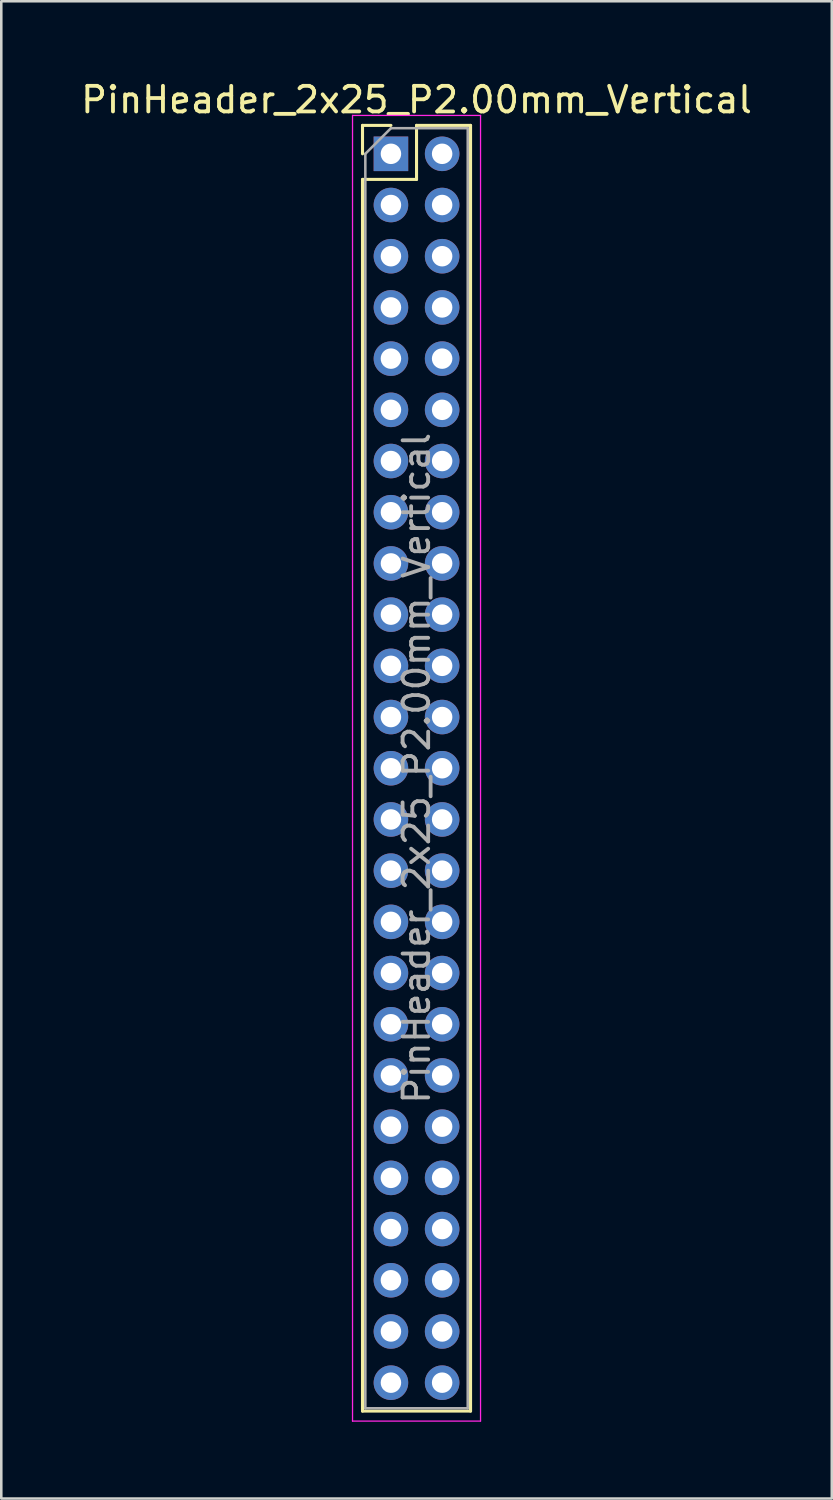
<source format=kicad_pcb>
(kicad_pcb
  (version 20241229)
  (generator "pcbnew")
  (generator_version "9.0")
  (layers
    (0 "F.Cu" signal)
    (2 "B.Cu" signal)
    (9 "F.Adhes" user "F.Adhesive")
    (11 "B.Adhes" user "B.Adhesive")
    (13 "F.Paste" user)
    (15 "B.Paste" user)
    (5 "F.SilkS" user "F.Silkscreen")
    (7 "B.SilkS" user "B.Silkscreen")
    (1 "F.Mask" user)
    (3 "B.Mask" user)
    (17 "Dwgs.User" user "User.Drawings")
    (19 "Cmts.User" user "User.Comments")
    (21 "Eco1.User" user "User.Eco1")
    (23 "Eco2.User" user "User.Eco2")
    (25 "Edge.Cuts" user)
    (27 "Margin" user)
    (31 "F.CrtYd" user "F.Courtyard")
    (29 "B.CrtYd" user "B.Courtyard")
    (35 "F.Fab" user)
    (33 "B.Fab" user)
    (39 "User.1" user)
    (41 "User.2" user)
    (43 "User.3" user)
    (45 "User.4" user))
  (footprint "PinHeader_2x25_P2.00mm_Vertical"
    (layer "F.Cu")
    (at 12.22 2.958)
    (property "Reference" "PinHeader_2x25_P2.00mm_Vertical" (at 1 -2.11 0) (layer "F.SilkS") (effects (font (size 1 1) (thickness 0.15))))
    (attr through_hole)
    (fp_line (start -1.11 -1.11) (end 0 -1.11) (stroke (width 0.12) (type solid)) (layer "F.SilkS"))
    (fp_line (start -1.11 0) (end -1.11 -1.11) (stroke (width 0.12) (type solid)) (layer "F.SilkS"))
    (fp_line (start -1.11 1) (end -1.11 49.11) (stroke (width 0.12) (type solid)) (layer "F.SilkS"))
    (fp_line (start -1.11 1) (end 1 1) (stroke (width 0.12) (type solid)) (layer "F.SilkS"))
    (fp_line (start -1.11 49.11) (end 3.11 49.11) (stroke (width 0.12) (type solid)) (layer "F.SilkS"))
    (fp_line (start 1 -1.11) (end 3.11 -1.11) (stroke (width 0.12) (type solid)) (layer "F.SilkS"))
    (fp_line (start 1 1) (end 1 -1.11) (stroke (width 0.12) (type solid)) (layer "F.SilkS"))
    (fp_line (start 3.11 -1.11) (end 3.11 49.11) (stroke (width 0.12) (type solid)) (layer "F.SilkS"))
    (fp_line (start -1.5 -1.5) (end -1.5 49.5) (stroke (width 0.05) (type solid)) (layer "F.CrtYd"))
    (fp_line (start -1.5 49.5) (end 3.5 49.5) (stroke (width 0.05) (type solid)) (layer "F.CrtYd"))
    (fp_line (start 3.5 -1.5) (end -1.5 -1.5) (stroke (width 0.05) (type solid)) (layer "F.CrtYd"))
    (fp_line (start 3.5 49.5) (end 3.5 -1.5) (stroke (width 0.05) (type solid)) (layer "F.CrtYd"))
    (fp_line (start -1 0) (end 0 -1) (stroke (width 0.1) (type solid)) (layer "F.Fab"))
    (fp_line (start -1 49) (end -1 0) (stroke (width 0.1) (type solid)) (layer "F.Fab"))
    (fp_line (start 0 -1) (end 3 -1) (stroke (width 0.1) (type solid)) (layer "F.Fab"))
    (fp_line (start 3 -1) (end 3 49) (stroke (width 0.1) (type solid)) (layer "F.Fab"))
    (fp_line (start 3 49) (end -1 49) (stroke (width 0.1) (type solid)) (layer "F.Fab"))
    (fp_text user "${REFERENCE}" (at 1 24 90) (layer "F.Fab") (effects (font (size 1 1) (thickness 0.15))))
    (pad "1" thru_hole rect (at 0 0) (size 1.35 1.35) (drill 0.8) (layers "*.Cu" "*.Mask"))
    (pad "2" thru_hole circle (at 2 0) (size 1.35 1.35) (drill 0.8) (layers "*.Cu" "*.Mask"))
    (pad "3" thru_hole circle (at 0 2) (size 1.35 1.35) (drill 0.8) (layers "*.Cu" "*.Mask"))
    (pad "4" thru_hole circle (at 2 2) (size 1.35 1.35) (drill 0.8) (layers "*.Cu" "*.Mask"))
    (pad "5" thru_hole circle (at 0 4) (size 1.35 1.35) (drill 0.8) (layers "*.Cu" "*.Mask"))
    (pad "6" thru_hole circle (at 2 4) (size 1.35 1.35) (drill 0.8) (layers "*.Cu" "*.Mask"))
    (pad "7" thru_hole circle (at 0 6) (size 1.35 1.35) (drill 0.8) (layers "*.Cu" "*.Mask"))
    (pad "8" thru_hole circle (at 2 6) (size 1.35 1.35) (drill 0.8) (layers "*.Cu" "*.Mask"))
    (pad "9" thru_hole circle (at 0 8) (size 1.35 1.35) (drill 0.8) (layers "*.Cu" "*.Mask"))
    (pad "10" thru_hole circle (at 2 8) (size 1.35 1.35) (drill 0.8) (layers "*.Cu" "*.Mask"))
    (pad "11" thru_hole circle (at 0 10) (size 1.35 1.35) (drill 0.8) (layers "*.Cu" "*.Mask"))
    (pad "12" thru_hole circle (at 2 10) (size 1.35 1.35) (drill 0.8) (layers "*.Cu" "*.Mask"))
    (pad "13" thru_hole circle (at 0 12) (size 1.35 1.35) (drill 0.8) (layers "*.Cu" "*.Mask"))
    (pad "14" thru_hole circle (at 2 12) (size 1.35 1.35) (drill 0.8) (layers "*.Cu" "*.Mask"))
    (pad "15" thru_hole circle (at 0 14) (size 1.35 1.35) (drill 0.8) (layers "*.Cu" "*.Mask"))
    (pad "16" thru_hole circle (at 2 14) (size 1.35 1.35) (drill 0.8) (layers "*.Cu" "*.Mask"))
    (pad "17" thru_hole circle (at 0 16) (size 1.35 1.35) (drill 0.8) (layers "*.Cu" "*.Mask"))
    (pad "18" thru_hole circle (at 2 16) (size 1.35 1.35) (drill 0.8) (layers "*.Cu" "*.Mask"))
    (pad "19" thru_hole circle (at 0 18) (size 1.35 1.35) (drill 0.8) (layers "*.Cu" "*.Mask"))
    (pad "20" thru_hole circle (at 2 18) (size 1.35 1.35) (drill 0.8) (layers "*.Cu" "*.Mask"))
    (pad "21" thru_hole circle (at 0 20) (size 1.35 1.35) (drill 0.8) (layers "*.Cu" "*.Mask"))
    (pad "22" thru_hole circle (at 2 20) (size 1.35 1.35) (drill 0.8) (layers "*.Cu" "*.Mask"))
    (pad "23" thru_hole circle (at 0 22) (size 1.35 1.35) (drill 0.8) (layers "*.Cu" "*.Mask"))
    (pad "24" thru_hole circle (at 2 22) (size 1.35 1.35) (drill 0.8) (layers "*.Cu" "*.Mask"))
    (pad "25" thru_hole circle (at 0 24) (size 1.35 1.35) (drill 0.8) (layers "*.Cu" "*.Mask"))
    (pad "26" thru_hole circle (at 2 24) (size 1.35 1.35) (drill 0.8) (layers "*.Cu" "*.Mask"))
    (pad "27" thru_hole circle (at 0 26) (size 1.35 1.35) (drill 0.8) (layers "*.Cu" "*.Mask"))
    (pad "28" thru_hole circle (at 2 26) (size 1.35 1.35) (drill 0.8) (layers "*.Cu" "*.Mask"))
    (pad "29" thru_hole circle (at 0 28) (size 1.35 1.35) (drill 0.8) (layers "*.Cu" "*.Mask"))
    (pad "30" thru_hole circle (at 2 28) (size 1.35 1.35) (drill 0.8) (layers "*.Cu" "*.Mask"))
    (pad "31" thru_hole circle (at 0 30) (size 1.35 1.35) (drill 0.8) (layers "*.Cu" "*.Mask"))
    (pad "32" thru_hole circle (at 2 30) (size 1.35 1.35) (drill 0.8) (layers "*.Cu" "*.Mask"))
    (pad "33" thru_hole circle (at 0 32) (size 1.35 1.35) (drill 0.8) (layers "*.Cu" "*.Mask"))
    (pad "34" thru_hole circle (at 2 32) (size 1.35 1.35) (drill 0.8) (layers "*.Cu" "*.Mask"))
    (pad "35" thru_hole circle (at 0 34) (size 1.35 1.35) (drill 0.8) (layers "*.Cu" "*.Mask"))
    (pad "36" thru_hole circle (at 2 34) (size 1.35 1.35) (drill 0.8) (layers "*.Cu" "*.Mask"))
    (pad "37" thru_hole circle (at 0 36) (size 1.35 1.35) (drill 0.8) (layers "*.Cu" "*.Mask"))
    (pad "38" thru_hole circle (at 2 36) (size 1.35 1.35) (drill 0.8) (layers "*.Cu" "*.Mask"))
    (pad "39" thru_hole circle (at 0 38) (size 1.35 1.35) (drill 0.8) (layers "*.Cu" "*.Mask"))
    (pad "40" thru_hole circle (at 2 38) (size 1.35 1.35) (drill 0.8) (layers "*.Cu" "*.Mask"))
    (pad "41" thru_hole circle (at 0 40) (size 1.35 1.35) (drill 0.8) (layers "*.Cu" "*.Mask"))
    (pad "42" thru_hole circle (at 2 40) (size 1.35 1.35) (drill 0.8) (layers "*.Cu" "*.Mask"))
    (pad "43" thru_hole circle (at 0 42) (size 1.35 1.35) (drill 0.8) (layers "*.Cu" "*.Mask"))
    (pad "44" thru_hole circle (at 2 42) (size 1.35 1.35) (drill 0.8) (layers "*.Cu" "*.Mask"))
    (pad "45" thru_hole circle (at 0 44) (size 1.35 1.35) (drill 0.8) (layers "*.Cu" "*.Mask"))
    (pad "46" thru_hole circle (at 2 44) (size 1.35 1.35) (drill 0.8) (layers "*.Cu" "*.Mask"))
    (pad "47" thru_hole circle (at 0 46) (size 1.35 1.35) (drill 0.8) (layers "*.Cu" "*.Mask"))
    (pad "48" thru_hole circle (at 2 46) (size 1.35 1.35) (drill 0.8) (layers "*.Cu" "*.Mask"))
    (pad "49" thru_hole circle (at 0 48) (size 1.35 1.35) (drill 0.8) (layers "*.Cu" "*.Mask"))
    (pad "50" thru_hole circle (at 2 48) (size 1.35 1.35) (drill 0.8) (layers "*.Cu" "*.Mask")))
  (gr_rect
    (start -3 -3)
    (end 29.44 55.483)
    (stroke (width 0.1) (type default))
    (fill no)
    (layer "Edge.Cuts")))
</source>
